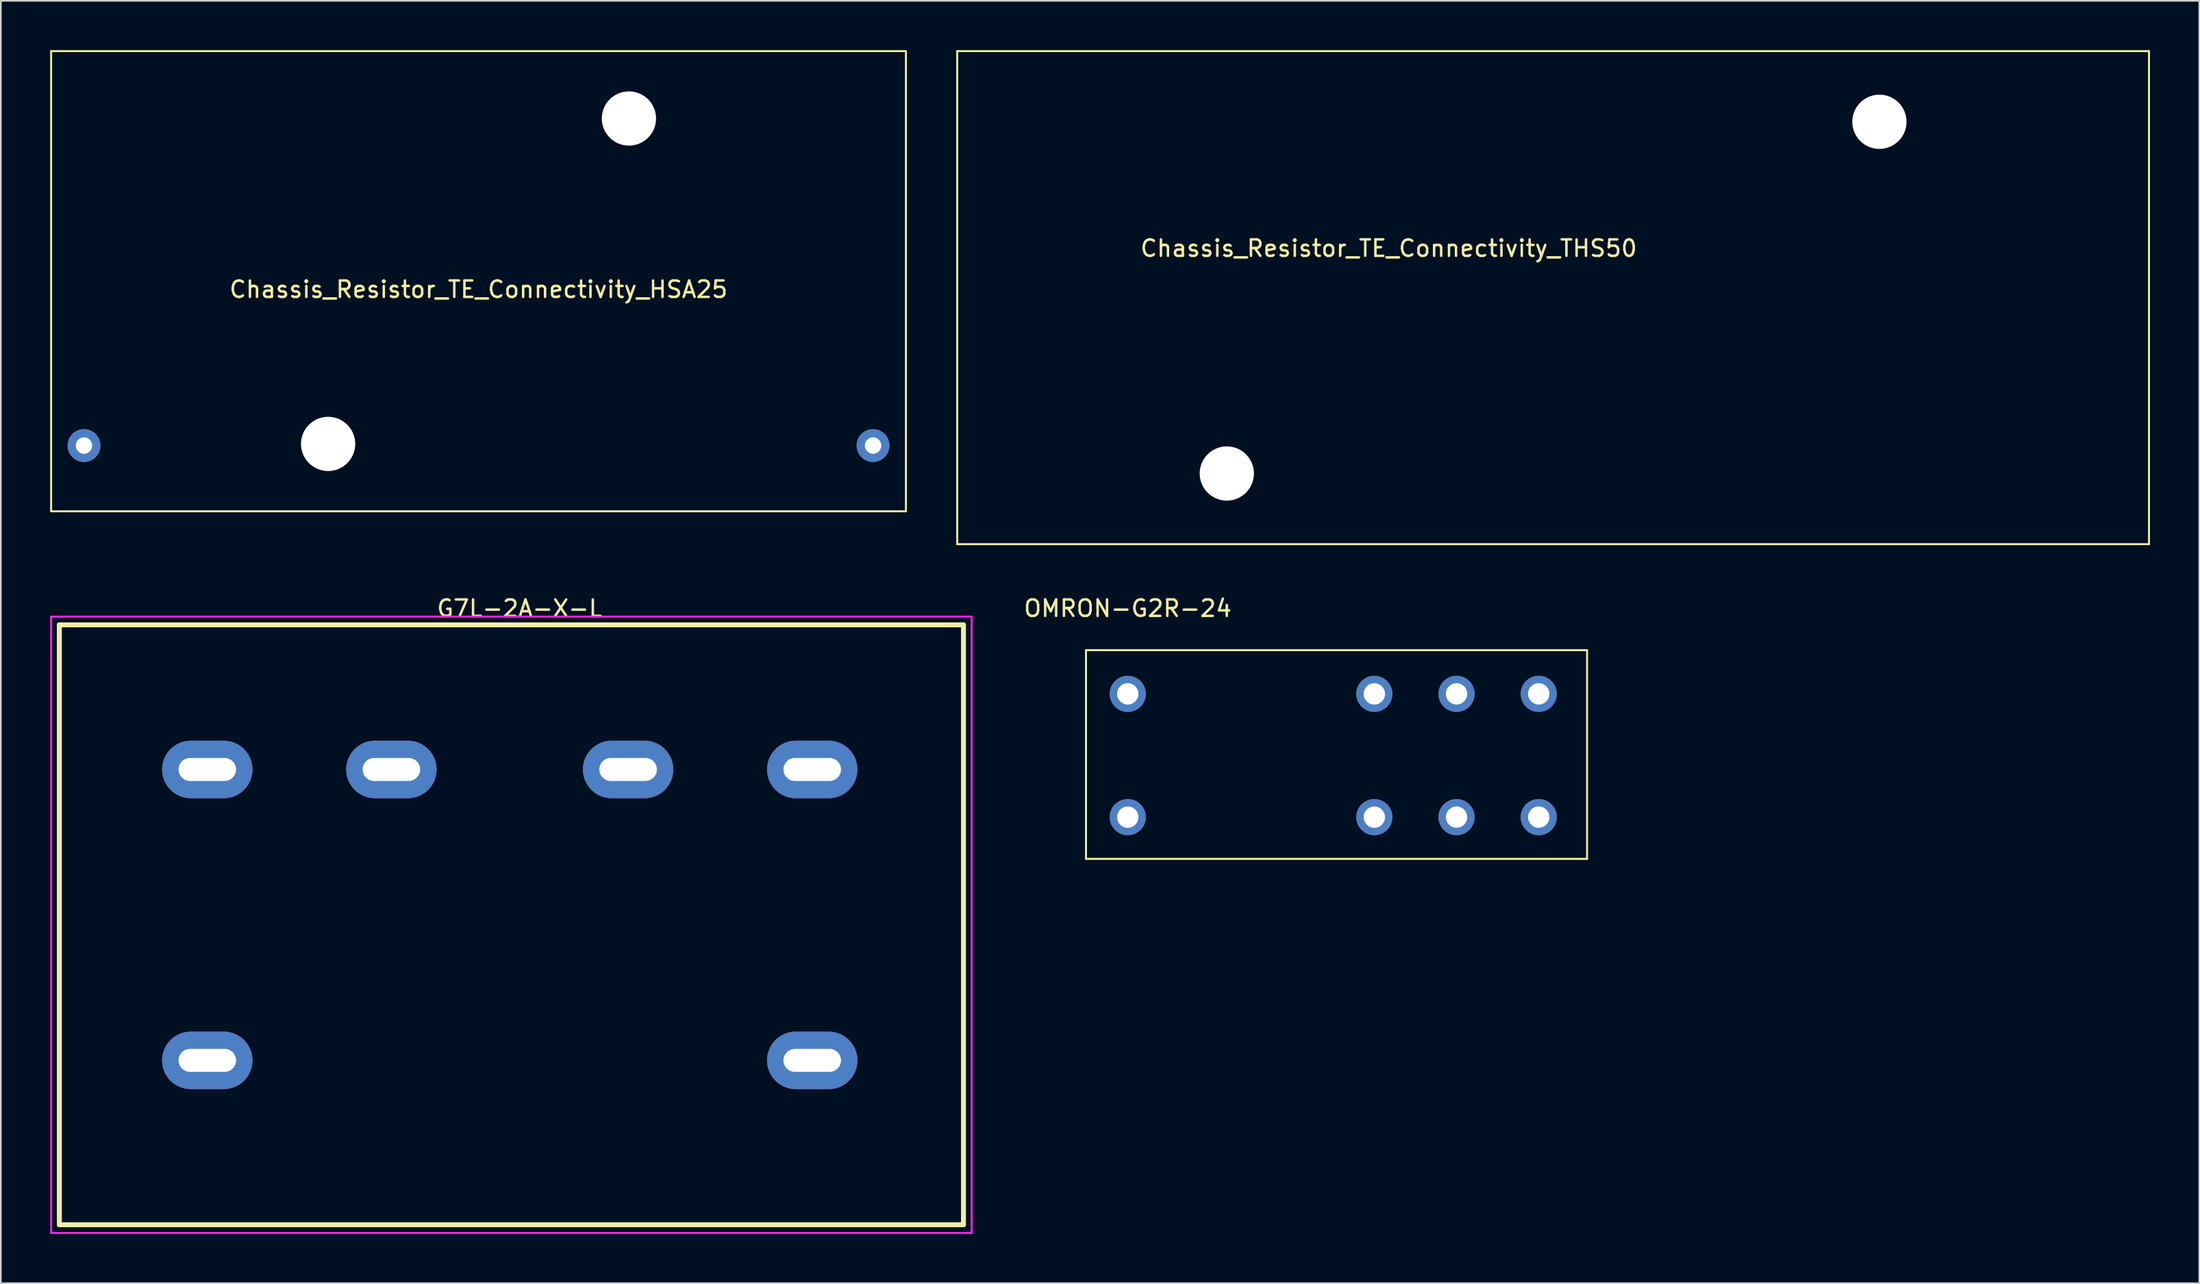
<source format=kicad_pcb>
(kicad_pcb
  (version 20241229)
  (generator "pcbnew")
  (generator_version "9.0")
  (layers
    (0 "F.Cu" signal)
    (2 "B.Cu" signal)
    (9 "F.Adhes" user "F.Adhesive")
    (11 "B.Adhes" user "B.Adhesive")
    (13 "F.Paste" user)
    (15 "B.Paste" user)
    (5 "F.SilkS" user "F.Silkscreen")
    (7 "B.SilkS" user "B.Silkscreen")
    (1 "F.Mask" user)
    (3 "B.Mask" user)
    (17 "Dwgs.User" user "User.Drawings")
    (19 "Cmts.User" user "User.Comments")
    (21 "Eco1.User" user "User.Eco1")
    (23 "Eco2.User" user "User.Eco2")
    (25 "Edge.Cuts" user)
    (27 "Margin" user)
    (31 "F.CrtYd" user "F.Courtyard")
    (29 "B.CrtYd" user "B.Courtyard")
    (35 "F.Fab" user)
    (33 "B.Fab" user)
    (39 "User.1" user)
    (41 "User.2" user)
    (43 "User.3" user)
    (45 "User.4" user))
  (footprint "Chassis_Resistor_TE_Connectivity_HSA25"
    (layer "F.Cu")
    (at 26.06 14.06)
    (property "Reference" "Chassis_Resistor_TE_Connectivity_HSA25" (at 0 0.5 0) (layer "F.SilkS") (effects (font (size 1 1) (thickness 0.15))))
    (attr through_hole)
    (fp_line (start -26 -14) (end -26 14) (stroke (width 0.12) (type solid)) (layer "F.SilkS"))
    (fp_line (start -26 -14) (end 26 -14) (stroke (width 0.12) (type solid)) (layer "F.SilkS"))
    (fp_line (start -26 14) (end 26 14) (stroke (width 0.12) (type solid)) (layer "F.SilkS"))
    (fp_line (start 26 14) (end 26 -14) (stroke (width 0.12) (type solid)) (layer "F.SilkS"))
    (pad "" np_thru_hole circle (at -9.15 9.9) (size 3.3 3.3) (drill 3.3) (layers "*.Cu" "*.Mask"))
    (pad "" np_thru_hole circle (at 9.15 -9.9) (size 3.3 3.3) (drill 3.3) (layers "*.Cu" "*.Mask"))
    (pad "1" thru_hole circle (at 24 10) (size 2 2) (drill 1) (layers "*.Cu" "*.Mask"))
    (pad "2" thru_hole circle (at -24 10) (size 2 2) (drill 1) (layers "*.Cu" "*.Mask")))
  (footprint "G7L-2A-X-L"
    (layer "F.Cu")
    (at 9.56 61.468)
    (property "Reference" "G7L-2A-X-L" (at 19 -27.5 0) (layer "F.SilkS") (effects (font (size 1 1) (thickness 0.15))))
    (attr through_hole)
    (fp_line (start -9 -26.5) (end 46 -26.5) (stroke (width 0.3) (type solid)) (layer "F.SilkS"))
    (fp_line (start -9 10) (end -9 -26.5) (stroke (width 0.3) (type solid)) (layer "F.SilkS"))
    (fp_line (start -9 10) (end 46 10) (stroke (width 0.3) (type solid)) (layer "F.SilkS"))
    (fp_line (start 46 -26.5) (end 46 10) (stroke (width 0.3) (type solid)) (layer "F.SilkS"))
    (fp_line (start -9.5 -27) (end -9.5 10.5) (stroke (width 0.12) (type solid)) (layer "F.CrtYd"))
    (fp_line (start -9.5 10.5) (end 46.5 10.5) (stroke (width 0.12) (type solid)) (layer "F.CrtYd"))
    (fp_line (start 46.5 -27) (end -9.5 -27) (stroke (width 0.12) (type solid)) (layer "F.CrtYd"))
    (fp_line (start 46.5 10.5) (end 46.5 -27) (stroke (width 0.12) (type solid)) (layer "F.CrtYd"))
    (pad "0" thru_hole oval (at 0 0) (size 5.5 3.5) (drill oval 3.5 1.4) (layers "*.Cu" "*.Mask"))
    (pad "1" thru_hole oval (at 36.8 0) (size 5.5 3.5) (drill oval 3.5 1.4) (layers "*.Cu" "*.Mask"))
    (pad "2" thru_hole oval (at 0 -17.7) (size 5.5 3.5) (drill oval 3.5 1.4) (layers "*.Cu" "*.Mask"))
    (pad "4" thru_hole oval (at 11.2 -17.7) (size 5.5 3.5) (drill oval 3.5 1.4) (layers "*.Cu" "*.Mask"))
    (pad "6" thru_hole oval (at 25.6 -17.7) (size 5.5 3.5) (drill oval 3.5 1.4) (layers "*.Cu" "*.Mask"))
    (pad "8" thru_hole oval (at 36.8 -17.7) (size 5.5 3.5) (drill oval 3.5 1.4) (layers "*.Cu" "*.Mask")))
  (footprint "Chassis_Resistor_TE_Connectivity_THS50"
    (layer "F.Cu")
    (at 71.58 25.76)
    (property "Reference" "Chassis_Resistor_TE_Connectivity_THS50" (at 9.85 -13.7 0) (layer "F.SilkS") (effects (font (size 1 1) (thickness 0.15))))
    (attr through_hole)
    (fp_line (start -16.4 -25.7) (end 56.1 -25.7) (stroke (width 0.12) (type solid)) (layer "F.SilkS"))
    (fp_line (start -16.4 4.3) (end -16.4 -25.7) (stroke (width 0.12) (type solid)) (layer "F.SilkS"))
    (fp_line (start -16.4 4.3) (end 56.1 4.3) (stroke (width 0.12) (type solid)) (layer "F.SilkS"))
    (fp_line (start 56.1 4.3) (end 56.1 -25.7) (stroke (width 0.12) (type solid)) (layer "F.SilkS"))
    (pad "" np_thru_hole circle (at 0 0) (size 3.3 3.3) (drill 3.3) (layers "*.Cu" "*.Mask"))
    (pad "" np_thru_hole circle (at 39.7 -21.4) (size 3.3 3.3) (drill 3.3) (layers "*.Cu" "*.Mask")))
  (footprint "OMRON-G2R-24"
    (layer "F.Cu")
    (at 65.555 46.668)
    (property "Reference" "OMRON-G2R-24" (at 0 -12.7 0) (layer "F.SilkS") (effects (font (size 1 1) (thickness 0.15))))
    (attr through_hole)
    (fp_line (start -2.54 -10.16) (end 27.94 -10.16) (stroke (width 0.12) (type solid)) (layer "F.SilkS"))
    (fp_line (start -2.54 2.54) (end -2.54 -10.16) (stroke (width 0.12) (type solid)) (layer "F.SilkS"))
    (fp_line (start 27.94 -10.16) (end 27.94 2.54) (stroke (width 0.12) (type solid)) (layer "F.SilkS"))
    (fp_line (start 27.94 2.54) (end -2.54 2.54) (stroke (width 0.12) (type solid)) (layer "F.SilkS"))
    (pad "1" thru_hole circle (at 0 -7.5) (size 2.2 2.2) (drill 1.3) (layers "*.Cu" "*.Mask"))
    (pad "2" thru_hole circle (at 15 -7.5) (size 2.2 2.2) (drill 1.3) (layers "*.Cu" "*.Mask"))
    (pad "3" thru_hole circle (at 20 -7.5) (size 2.2 2.2) (drill 1.3) (layers "*.Cu" "*.Mask"))
    (pad "4" thru_hole circle (at 25 -7.5) (size 2.2 2.2) (drill 1.3) (layers "*.Cu" "*.Mask"))
    (pad "5" thru_hole circle (at 25 0) (size 2.2 2.2) (drill 1.3) (layers "*.Cu" "*.Mask"))
    (pad "6" thru_hole circle (at 20 0) (size 2.2 2.2) (drill 1.3) (layers "*.Cu" "*.Mask"))
    (pad "7" thru_hole circle (at 15 0) (size 2.2 2.2) (drill 1.3) (layers "*.Cu" "*.Mask"))
    (pad "8" thru_hole circle (at 0 0) (size 2.2 2.2) (drill 1.3) (layers "*.Cu" "*.Mask")))
  (gr_rect
    (start -3 -3)
    (end 130.74 75.028)
    (stroke (width 0.1) (type default))
    (fill no)
    (layer "Edge.Cuts")))
</source>
